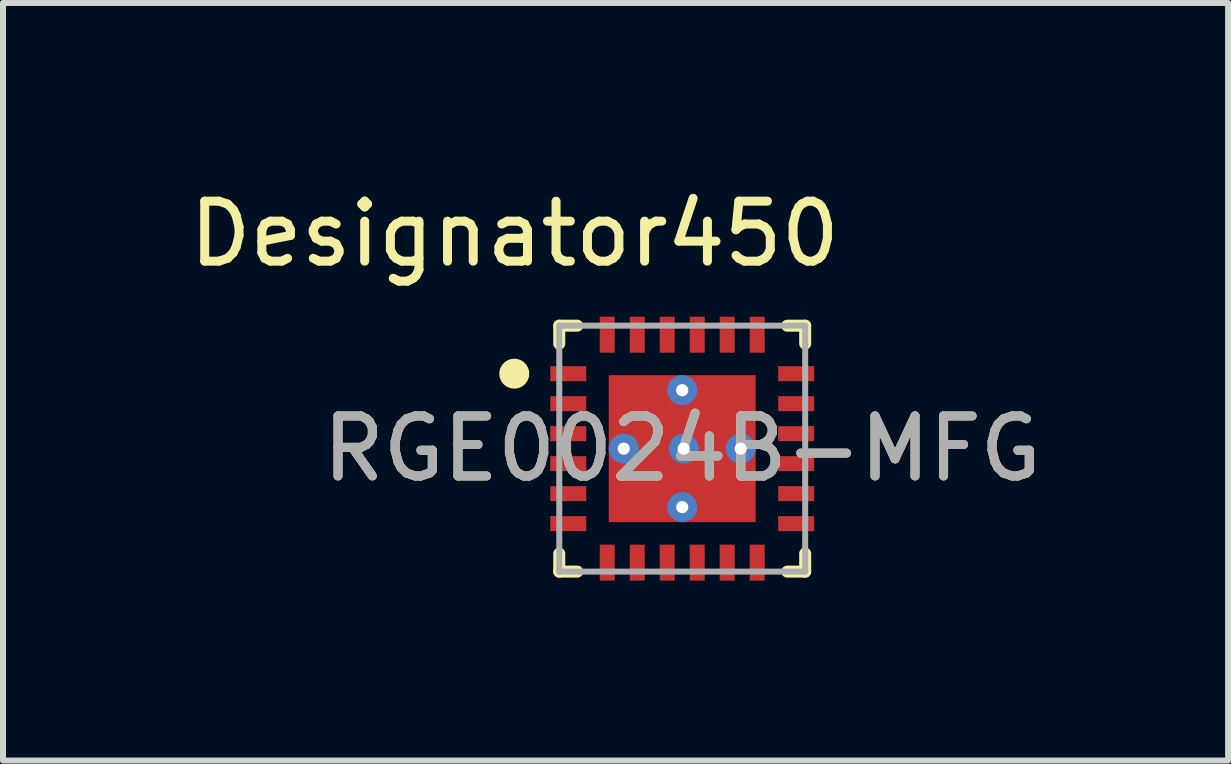
<source format=kicad_pcb>
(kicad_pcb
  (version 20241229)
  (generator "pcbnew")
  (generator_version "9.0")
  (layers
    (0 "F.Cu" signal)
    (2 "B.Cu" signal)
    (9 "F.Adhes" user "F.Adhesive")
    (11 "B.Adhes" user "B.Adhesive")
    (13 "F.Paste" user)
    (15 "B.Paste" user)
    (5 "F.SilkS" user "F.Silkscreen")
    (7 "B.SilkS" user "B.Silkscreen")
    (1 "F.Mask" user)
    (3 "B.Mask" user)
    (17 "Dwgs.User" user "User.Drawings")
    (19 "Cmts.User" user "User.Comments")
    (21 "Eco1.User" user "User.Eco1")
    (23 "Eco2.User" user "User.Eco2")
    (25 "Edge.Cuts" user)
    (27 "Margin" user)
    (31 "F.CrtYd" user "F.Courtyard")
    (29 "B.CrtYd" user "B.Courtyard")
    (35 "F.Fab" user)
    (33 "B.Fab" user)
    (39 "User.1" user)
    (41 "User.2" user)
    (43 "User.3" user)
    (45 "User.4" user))
  (footprint "RGE0024B-MFG"
    (layer "F.Cu")
    (at 8.324 4.43)
    (property "Reference" "RGE0024B-MFG" (at 0 0 0) (unlocked yes) (layer "F.SilkS") (effects (font (size 1 1) (thickness 0.15))))
    (attr smd)
    (fp_line (start -2.05 -2.05) (end -1.75 -2.05) (stroke (width 0.2) (type solid)) (layer "F.SilkS"))
    (fp_line (start -2.05 -1.75) (end -2.05 -2.05) (stroke (width 0.2) (type solid)) (layer "F.SilkS"))
    (fp_line (start -2.05 2.05) (end -2.05 1.75) (stroke (width 0.2) (type solid)) (layer "F.SilkS"))
    (fp_line (start -2.05 2.05) (end -1.75 2.05) (stroke (width 0.2) (type solid)) (layer "F.SilkS"))
    (fp_line (start 1.75 -2.05) (end 2.05 -2.05) (stroke (width 0.2) (type solid)) (layer "F.SilkS"))
    (fp_line (start 1.75 2.05) (end 2.05 2.05) (stroke (width 0.2) (type solid)) (layer "F.SilkS"))
    (fp_line (start 2.05 -1.75) (end 2.05 -2.05) (stroke (width 0.2) (type solid)) (layer "F.SilkS"))
    (fp_line (start 2.05 2.05) (end 2.05 1.75) (stroke (width 0.2) (type solid)) (layer "F.SilkS"))
    (fp_circle (center -2.8 -1.25) (end -2.675 -1.25) (stroke (width 0.25) (type solid)) (fill no) (layer "F.SilkS"))
    (fp_poly (pts (xy -0.1 -1.13) (xy -0.1 -0.15) (xy -0.15 -0.1) (xy -1.13 -0.1) (xy -1.18 -0.15) (xy -1.18 -1.13) (xy -1.13 -1.18) (xy -0.15 -1.18)) (stroke (width 0) (type solid)) (fill yes) (layer "F.Paste"))
    (fp_poly (pts (xy -0.1 0.15) (xy -0.1 1.13) (xy -0.15 1.18) (xy -1.13 1.18) (xy -1.18 1.13) (xy -1.18 0.15) (xy -1.13 0.1) (xy -0.15 0.1)) (stroke (width 0) (type solid)) (fill yes) (layer "F.Paste"))
    (fp_poly (pts (xy 1.18 -1.13) (xy 1.18 -0.15) (xy 1.13 -0.1) (xy 0.15 -0.1) (xy 0.1 -0.15) (xy 0.1 -1.13) (xy 0.15 -1.18) (xy 1.13 -1.18)) (stroke (width 0) (type solid)) (fill yes) (layer "F.Paste"))
    (fp_poly (pts (xy 1.18 0.15) (xy 1.18 1.13) (xy 1.13 1.18) (xy 0.15 1.18) (xy 0.1 1.13) (xy 0.1 0.15) (xy 0.15 0.1) (xy 1.13 0.1)) (stroke (width 0) (type solid)) (fill yes) (layer "F.Paste"))
    (fp_line (start -2.05 -2.05) (end 2.05 -2.05) (stroke (width 0.1) (type solid)) (layer "F.Fab"))
    (fp_line (start -2.05 2.05) (end -2.05 -2.05) (stroke (width 0.1) (type solid)) (layer "F.Fab"))
    (fp_line (start -2.05 2.05) (end 2.05 2.05) (stroke (width 0.1) (type solid)) (layer "F.Fab"))
    (fp_line (start 2.05 2.05) (end 2.05 -2.05) (stroke (width 0.1) (type solid)) (layer "F.Fab"))
    (fp_text user "Designator450" (at -2.794 -3.581 0) (unlocked yes) (layer "F.SilkS") (effects (font (size 1 1) (thickness 0.15))))
    (fp_text user "${REFERENCE}" (at 0 0 0) (unlocked yes) (layer "F.Fab") (effects (font (size 1 1) (thickness 0.15))))
    (pad "1" smd rect (at -1.9 -1.25 90) (size 0.25 0.6) (layers "F.Cu" "F.Mask" "F.Paste"))
    (pad "2" smd rect (at -1.9 -0.75 90) (size 0.25 0.6) (layers "F.Cu" "F.Mask" "F.Paste"))
    (pad "3" smd rect (at -1.9 -0.25 90) (size 0.25 0.6) (layers "F.Cu" "F.Mask" "F.Paste"))
    (pad "4" smd rect (at -1.9 0.25 90) (size 0.25 0.6) (layers "F.Cu" "F.Mask" "F.Paste"))
    (pad "5" smd rect (at -1.9 0.75 90) (size 0.25 0.6) (layers "F.Cu" "F.Mask" "F.Paste"))
    (pad "6" smd rect (at -1.9 1.25 90) (size 0.25 0.6) (layers "F.Cu" "F.Mask" "F.Paste"))
    (pad "7" smd rect (at -1.25 1.9) (size 0.25 0.6) (layers "F.Cu" "F.Mask" "F.Paste"))
    (pad "8" smd rect (at -0.75 1.9) (size 0.25 0.6) (layers "F.Cu" "F.Mask" "F.Paste"))
    (pad "9" smd rect (at -0.25 1.9) (size 0.25 0.6) (layers "F.Cu" "F.Mask" "F.Paste"))
    (pad "10" smd rect (at 0.25 1.9) (size 0.25 0.6) (layers "F.Cu" "F.Mask" "F.Paste"))
    (pad "11" smd rect (at 0.75 1.9) (size 0.25 0.6) (layers "F.Cu" "F.Mask" "F.Paste"))
    (pad "12" smd rect (at 1.25 1.9) (size 0.25 0.6) (layers "F.Cu" "F.Mask" "F.Paste"))
    (pad "13" smd rect (at 1.9 1.25 90) (size 0.25 0.6) (layers "F.Cu" "F.Mask" "F.Paste"))
    (pad "14" smd rect (at 1.9 0.75 90) (size 0.25 0.6) (layers "F.Cu" "F.Mask" "F.Paste"))
    (pad "15" smd rect (at 1.9 0.25 90) (size 0.25 0.6) (layers "F.Cu" "F.Mask" "F.Paste"))
    (pad "16" smd rect (at 1.9 -0.25 90) (size 0.25 0.6) (layers "F.Cu" "F.Mask" "F.Paste"))
    (pad "17" smd rect (at 1.9 -0.75 90) (size 0.25 0.6) (layers "F.Cu" "F.Mask" "F.Paste"))
    (pad "18" smd rect (at 1.9 -1.25 90) (size 0.25 0.6) (layers "F.Cu" "F.Mask" "F.Paste"))
    (pad "19" smd rect (at 1.25 -1.9) (size 0.25 0.6) (layers "F.Cu" "F.Mask" "F.Paste"))
    (pad "20" smd rect (at 0.75 -1.9) (size 0.25 0.6) (layers "F.Cu" "F.Mask" "F.Paste"))
    (pad "21" smd rect (at 0.25 -1.9) (size 0.25 0.6) (layers "F.Cu" "F.Mask" "F.Paste"))
    (pad "22" smd rect (at -0.25 -1.9) (size 0.25 0.6) (layers "F.Cu" "F.Mask" "F.Paste"))
    (pad "23" smd rect (at -0.75 -1.9) (size 0.25 0.6) (layers "F.Cu" "F.Mask" "F.Paste"))
    (pad "24" smd rect (at -1.25 -1.9) (size 0.25 0.6) (layers "F.Cu" "F.Mask" "F.Paste"))
    (pad "25" smd rect (at 0 0) (size 2.45 2.45) (layers "F.Cu" "F.Mask"))
    (pad "26" thru_hole circle (at 0.975 0) (size 0.5 0.5) (drill 0.203) (layers "*.Cu" "*.Mask"))
    (pad "27" thru_hole circle (at -0.975 0) (size 0.5 0.5) (drill 0.203) (layers "*.Cu" "*.Mask"))
    (pad "28" thru_hole circle (at 0 -0.975) (size 0.5 0.5) (drill 0.203) (layers "*.Cu" "*.Mask"))
    (pad "29" thru_hole circle (at 0.025 0) (size 0.5 0.5) (drill 0.203) (layers "*.Cu" "*.Mask"))
    (pad "30" thru_hole circle (at 0 0.975) (size 0.5 0.5) (drill 0.203) (layers "*.Cu" "*.Mask")))
  (gr_rect
    (start -3 -3)
    (end 17.425 9.63)
    (stroke (width 0.1) (type default))
    (fill no)
    (layer "Edge.Cuts")))
</source>
